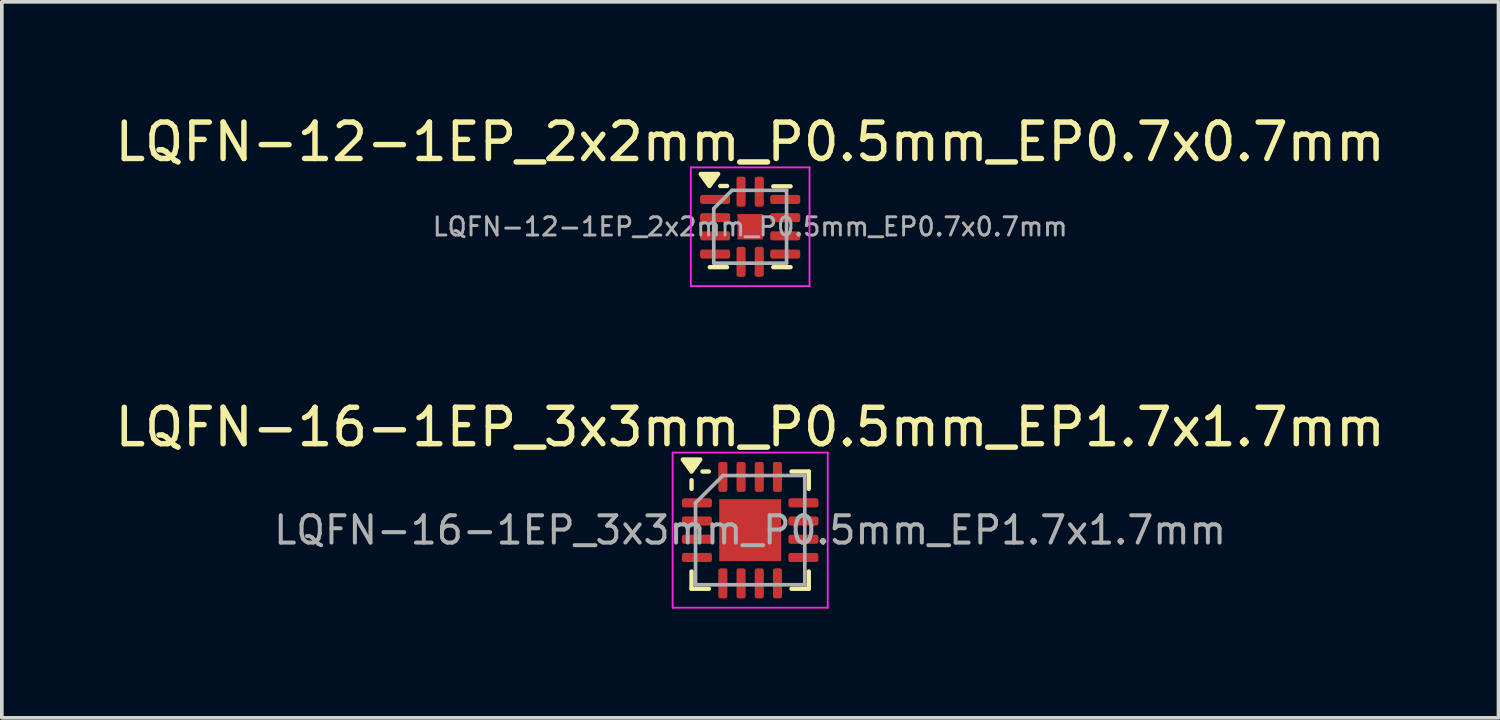
<source format=kicad_pcb>
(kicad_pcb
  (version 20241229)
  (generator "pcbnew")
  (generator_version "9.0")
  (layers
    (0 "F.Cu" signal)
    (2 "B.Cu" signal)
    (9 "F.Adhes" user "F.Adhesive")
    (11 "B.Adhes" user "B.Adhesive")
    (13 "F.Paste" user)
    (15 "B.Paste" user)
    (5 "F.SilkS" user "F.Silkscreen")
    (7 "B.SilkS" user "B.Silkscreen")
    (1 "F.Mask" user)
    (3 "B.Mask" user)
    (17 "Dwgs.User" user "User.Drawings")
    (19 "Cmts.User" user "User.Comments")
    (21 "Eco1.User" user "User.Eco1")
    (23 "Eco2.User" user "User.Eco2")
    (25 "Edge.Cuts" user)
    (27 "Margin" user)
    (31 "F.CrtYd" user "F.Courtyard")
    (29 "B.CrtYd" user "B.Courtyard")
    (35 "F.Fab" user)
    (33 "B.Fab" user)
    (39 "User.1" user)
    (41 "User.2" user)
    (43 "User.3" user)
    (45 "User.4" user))
  (footprint "LQFN-12-1EP_2x2mm_P0.5mm_EP0.7x0.7mm"
    (layer "F.Cu")
    (at 17.554 3.178)
    (property "Reference" "LQFN-12-1EP_2x2mm_P0.5mm_EP0.7x0.7mm" (at 0 -2.33 0) (layer "F.SilkS") (effects (font (size 1 1) (thickness 0.15))))
    (attr smd)
    (fp_line (start -0.635 -1.12) (end -0.82 -1.12) (stroke (width 0.12) (type solid)) (layer "F.SilkS"))
    (fp_line (start -0.635 1.11) (end -1.11 1.11) (stroke (width 0.12) (type solid)) (layer "F.SilkS"))
    (fp_line (start 0.635 -1.11) (end 1.11 -1.11) (stroke (width 0.12) (type solid)) (layer "F.SilkS"))
    (fp_line (start 0.635 1.11) (end 1.11 1.11) (stroke (width 0.12) (type solid)) (layer "F.SilkS"))
    (fp_poly (pts (xy -1.12 -1.12) (xy -1.36 -1.45) (xy -0.88 -1.45) (xy -1.12 -1.12)) (stroke (width 0.12) (type solid)) (fill yes) (layer "F.SilkS"))
    (fp_line (start -1.63 -1.63) (end -1.63 1.63) (stroke (width 0.05) (type solid)) (layer "F.CrtYd"))
    (fp_line (start -1.63 1.63) (end 1.63 1.63) (stroke (width 0.05) (type solid)) (layer "F.CrtYd"))
    (fp_line (start 1.63 -1.63) (end -1.63 -1.63) (stroke (width 0.05) (type solid)) (layer "F.CrtYd"))
    (fp_line (start 1.63 1.63) (end 1.63 -1.63) (stroke (width 0.05) (type solid)) (layer "F.CrtYd"))
    (fp_line (start -1 -0.5) (end -0.5 -1) (stroke (width 0.1) (type solid)) (layer "F.Fab"))
    (fp_line (start -1 1) (end -1 -0.5) (stroke (width 0.1) (type solid)) (layer "F.Fab"))
    (fp_line (start -0.5 -1) (end 1 -1) (stroke (width 0.1) (type solid)) (layer "F.Fab"))
    (fp_line (start 1 -1) (end 1 1) (stroke (width 0.1) (type solid)) (layer "F.Fab"))
    (fp_line (start 1 1) (end -1 1) (stroke (width 0.1) (type solid)) (layer "F.Fab"))
    (fp_text user "${REFERENCE}" (at 0 0 0) (layer "F.Fab") (effects (font (size 0.5 0.5) (thickness 0.08))))
    (pad "" smd roundrect (at 0 0) (size 0.56 0.56) (layers "F.Paste") (roundrect_rratio 0.25))
    (pad "1" smd roundrect (at -0.963 -0.75) (size 0.825 0.25) (layers "F.Cu" "F.Mask" "F.Paste") (roundrect_rratio 0.25))
    (pad "2" smd roundrect (at -0.963 -0.25) (size 0.825 0.25) (layers "F.Cu" "F.Mask" "F.Paste") (roundrect_rratio 0.25))
    (pad "3" smd roundrect (at -0.963 0.25) (size 0.825 0.25) (layers "F.Cu" "F.Mask" "F.Paste") (roundrect_rratio 0.25))
    (pad "4" smd roundrect (at -0.963 0.75) (size 0.825 0.25) (layers "F.Cu" "F.Mask" "F.Paste") (roundrect_rratio 0.25))
    (pad "5" smd roundrect (at -0.25 0.963) (size 0.25 0.825) (layers "F.Cu" "F.Mask" "F.Paste") (roundrect_rratio 0.25))
    (pad "6" smd roundrect (at 0.25 0.963) (size 0.25 0.825) (layers "F.Cu" "F.Mask" "F.Paste") (roundrect_rratio 0.25))
    (pad "7" smd roundrect (at 0.963 0.75) (size 0.825 0.25) (layers "F.Cu" "F.Mask" "F.Paste") (roundrect_rratio 0.25))
    (pad "8" smd roundrect (at 0.963 0.25) (size 0.825 0.25) (layers "F.Cu" "F.Mask" "F.Paste") (roundrect_rratio 0.25))
    (pad "9" smd roundrect (at 0.963 -0.25) (size 0.825 0.25) (layers "F.Cu" "F.Mask" "F.Paste") (roundrect_rratio 0.25))
    (pad "10" smd roundrect (at 0.963 -0.75) (size 0.825 0.25) (layers "F.Cu" "F.Mask" "F.Paste") (roundrect_rratio 0.25))
    (pad "11" smd roundrect (at 0.25 -0.963) (size 0.25 0.825) (layers "F.Cu" "F.Mask" "F.Paste") (roundrect_rratio 0.25))
    (pad "12" smd roundrect (at -0.25 -0.963) (size 0.25 0.825) (layers "F.Cu" "F.Mask" "F.Paste") (roundrect_rratio 0.25))
    (pad "13" smd rect (at 0 0) (size 0.7 0.7) (property pad_prop_heatsink) (layers "F.Cu" "F.Mask")))
  (footprint "LQFN-16-1EP_3x3mm_P0.5mm_EP1.7x1.7mm"
    (layer "F.Cu")
    (at 17.554 11.511)
    (property "Reference" "LQFN-16-1EP_3x3mm_P0.5mm_EP1.7x1.7mm" (at 0 -2.83 0) (layer "F.SilkS") (effects (font (size 1 1) (thickness 0.15))))
    (attr smd)
    (fp_line (start -1.61 -1.135) (end -1.61 -1.37) (stroke (width 0.12) (type solid)) (layer "F.SilkS"))
    (fp_line (start -1.61 1.61) (end -1.61 1.135) (stroke (width 0.12) (type solid)) (layer "F.SilkS"))
    (fp_line (start -1.135 -1.61) (end -1.31 -1.61) (stroke (width 0.12) (type solid)) (layer "F.SilkS"))
    (fp_line (start -1.135 1.61) (end -1.61 1.61) (stroke (width 0.12) (type solid)) (layer "F.SilkS"))
    (fp_line (start 1.135 -1.61) (end 1.61 -1.61) (stroke (width 0.12) (type solid)) (layer "F.SilkS"))
    (fp_line (start 1.135 1.61) (end 1.61 1.61) (stroke (width 0.12) (type solid)) (layer "F.SilkS"))
    (fp_line (start 1.61 -1.61) (end 1.61 -1.135) (stroke (width 0.12) (type solid)) (layer "F.SilkS"))
    (fp_line (start 1.61 1.61) (end 1.61 1.135) (stroke (width 0.12) (type solid)) (layer "F.SilkS"))
    (fp_poly (pts (xy -1.61 -1.61) (xy -1.85 -1.94) (xy -1.37 -1.94) (xy -1.61 -1.61)) (stroke (width 0.12) (type solid)) (fill yes) (layer "F.SilkS"))
    (fp_line (start -2.13 -2.13) (end -2.13 2.13) (stroke (width 0.05) (type solid)) (layer "F.CrtYd"))
    (fp_line (start -2.13 2.13) (end 2.13 2.13) (stroke (width 0.05) (type solid)) (layer "F.CrtYd"))
    (fp_line (start 2.13 -2.13) (end -2.13 -2.13) (stroke (width 0.05) (type solid)) (layer "F.CrtYd"))
    (fp_line (start 2.13 2.13) (end 2.13 -2.13) (stroke (width 0.05) (type solid)) (layer "F.CrtYd"))
    (fp_line (start -1.5 -0.75) (end -0.75 -1.5) (stroke (width 0.1) (type solid)) (layer "F.Fab"))
    (fp_line (start -1.5 1.5) (end -1.5 -0.75) (stroke (width 0.1) (type solid)) (layer "F.Fab"))
    (fp_line (start -0.75 -1.5) (end 1.5 -1.5) (stroke (width 0.1) (type solid)) (layer "F.Fab"))
    (fp_line (start 1.5 -1.5) (end 1.5 1.5) (stroke (width 0.1) (type solid)) (layer "F.Fab"))
    (fp_line (start 1.5 1.5) (end -1.5 1.5) (stroke (width 0.1) (type solid)) (layer "F.Fab"))
    (fp_text user "${REFERENCE}" (at 0 0 0) (layer "F.Fab") (effects (font (size 0.75 0.75) (thickness 0.11))))
    (pad "" smd roundrect (at 0 0) (size 1.37 1.37) (layers "F.Paste") (roundrect_rratio 0.182))
    (pad "1" smd roundrect (at -1.462 -0.75) (size 0.825 0.25) (layers "F.Cu" "F.Mask" "F.Paste") (roundrect_rratio 0.25))
    (pad "2" smd roundrect (at -1.462 -0.25) (size 0.825 0.25) (layers "F.Cu" "F.Mask" "F.Paste") (roundrect_rratio 0.25))
    (pad "3" smd roundrect (at -1.462 0.25) (size 0.825 0.25) (layers "F.Cu" "F.Mask" "F.Paste") (roundrect_rratio 0.25))
    (pad "4" smd roundrect (at -1.462 0.75) (size 0.825 0.25) (layers "F.Cu" "F.Mask" "F.Paste") (roundrect_rratio 0.25))
    (pad "5" smd roundrect (at -0.75 1.462) (size 0.25 0.825) (layers "F.Cu" "F.Mask" "F.Paste") (roundrect_rratio 0.25))
    (pad "6" smd roundrect (at -0.25 1.462) (size 0.25 0.825) (layers "F.Cu" "F.Mask" "F.Paste") (roundrect_rratio 0.25))
    (pad "7" smd roundrect (at 0.25 1.462) (size 0.25 0.825) (layers "F.Cu" "F.Mask" "F.Paste") (roundrect_rratio 0.25))
    (pad "8" smd roundrect (at 0.75 1.462) (size 0.25 0.825) (layers "F.Cu" "F.Mask" "F.Paste") (roundrect_rratio 0.25))
    (pad "9" smd roundrect (at 1.462 0.75) (size 0.825 0.25) (layers "F.Cu" "F.Mask" "F.Paste") (roundrect_rratio 0.25))
    (pad "10" smd roundrect (at 1.462 0.25) (size 0.825 0.25) (layers "F.Cu" "F.Mask" "F.Paste") (roundrect_rratio 0.25))
    (pad "11" smd roundrect (at 1.462 -0.25) (size 0.825 0.25) (layers "F.Cu" "F.Mask" "F.Paste") (roundrect_rratio 0.25))
    (pad "12" smd roundrect (at 1.462 -0.75) (size 0.825 0.25) (layers "F.Cu" "F.Mask" "F.Paste") (roundrect_rratio 0.25))
    (pad "13" smd roundrect (at 0.75 -1.462) (size 0.25 0.825) (layers "F.Cu" "F.Mask" "F.Paste") (roundrect_rratio 0.25))
    (pad "14" smd roundrect (at 0.25 -1.462) (size 0.25 0.825) (layers "F.Cu" "F.Mask" "F.Paste") (roundrect_rratio 0.25))
    (pad "15" smd roundrect (at -0.25 -1.462) (size 0.25 0.825) (layers "F.Cu" "F.Mask" "F.Paste") (roundrect_rratio 0.25))
    (pad "16" smd roundrect (at -0.75 -1.462) (size 0.25 0.825) (layers "F.Cu" "F.Mask" "F.Paste") (roundrect_rratio 0.25))
    (pad "17" smd rect (at 0 0) (size 1.7 1.7) (property pad_prop_heatsink) (layers "F.Cu" "F.Mask")))
  (gr_rect
    (start -3 -3)
    (end 38.107 16.666)
    (stroke (width 0.1) (type default))
    (fill no)
    (layer "Edge.Cuts")))
</source>
